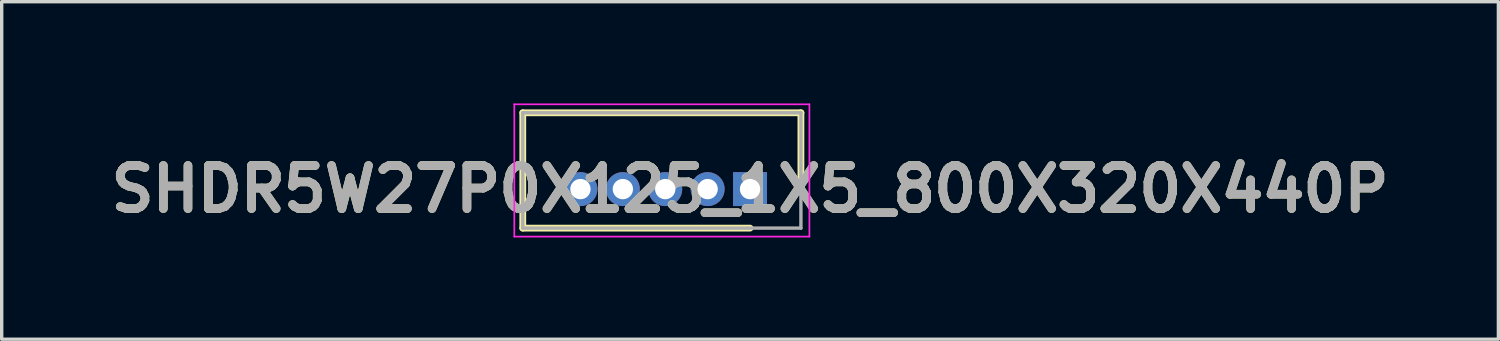
<source format=kicad_pcb>
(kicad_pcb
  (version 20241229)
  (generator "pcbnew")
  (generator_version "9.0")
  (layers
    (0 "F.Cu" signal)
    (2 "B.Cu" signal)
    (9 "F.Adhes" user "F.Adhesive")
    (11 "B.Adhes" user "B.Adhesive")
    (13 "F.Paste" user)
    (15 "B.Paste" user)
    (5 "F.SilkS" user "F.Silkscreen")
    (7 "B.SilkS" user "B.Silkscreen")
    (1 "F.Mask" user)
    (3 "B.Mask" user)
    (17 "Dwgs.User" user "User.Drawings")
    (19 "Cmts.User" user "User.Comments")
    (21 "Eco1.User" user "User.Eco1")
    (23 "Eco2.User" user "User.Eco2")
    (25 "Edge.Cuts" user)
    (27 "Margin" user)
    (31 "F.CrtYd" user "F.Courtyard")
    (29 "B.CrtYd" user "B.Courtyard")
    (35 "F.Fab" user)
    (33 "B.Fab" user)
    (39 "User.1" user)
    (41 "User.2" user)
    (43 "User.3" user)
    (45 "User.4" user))
  (footprint "SHDR5W27P0X125_1X5_800X320X440P"
    (layer "F.Cu")
    (at 19.062 2.525)
    (property "Reference" "SHDR5W27P0X125_1X5_800X320X440P" (at 0 0 0) (layer "F.SilkS") (effects (font (size 1.27 1.27) (thickness 0.254))))
    (attr through_hole)
    (fp_line (start -6.7 -2.25) (end 1.5 -2.25) (stroke (width 0.2) (type solid)) (layer "F.SilkS"))
    (fp_line (start -6.7 1.15) (end -6.7 -2.25) (stroke (width 0.2) (type solid)) (layer "F.SilkS"))
    (fp_line (start 0 1.15) (end -6.7 1.15) (stroke (width 0.2) (type solid)) (layer "F.SilkS"))
    (fp_line (start 1.5 -2.25) (end 1.5 0) (stroke (width 0.2) (type solid)) (layer "F.SilkS"))
    (fp_line (start -6.95 -2.5) (end 1.75 -2.5) (stroke (width 0.05) (type solid)) (layer "F.CrtYd"))
    (fp_line (start -6.95 1.4) (end -6.95 -2.5) (stroke (width 0.05) (type solid)) (layer "F.CrtYd"))
    (fp_line (start 1.75 -2.5) (end 1.75 1.4) (stroke (width 0.05) (type solid)) (layer "F.CrtYd"))
    (fp_line (start 1.75 1.4) (end -6.95 1.4) (stroke (width 0.05) (type solid)) (layer "F.CrtYd"))
    (fp_line (start -6.7 -2.25) (end 1.5 -2.25) (stroke (width 0.1) (type solid)) (layer "F.Fab"))
    (fp_line (start -6.7 1.15) (end -6.7 -2.25) (stroke (width 0.1) (type solid)) (layer "F.Fab"))
    (fp_line (start 1.5 -2.25) (end 1.5 1.15) (stroke (width 0.1) (type solid)) (layer "F.Fab"))
    (fp_line (start 1.5 1.15) (end -6.7 1.15) (stroke (width 0.1) (type solid)) (layer "F.Fab"))
    (fp_text user "${REFERENCE}" (at 0 0 0) (layer "F.Fab") (effects (font (size 1.27 1.27) (thickness 0.254))))
    (pad "1" thru_hole rect (at 0 0) (size 1 1) (drill 0.6) (layers "*.Cu" "*.Mask"))
    (pad "2" thru_hole circle (at -1.25 0) (size 1 1) (drill 0.6) (layers "*.Cu" "*.Mask"))
    (pad "3" thru_hole circle (at -2.5 0) (size 1 1) (drill 0.6) (layers "*.Cu" "*.Mask"))
    (pad "4" thru_hole circle (at -3.75 0) (size 1 1) (drill 0.6) (layers "*.Cu" "*.Mask"))
    (pad "5" thru_hole circle (at -5 0) (size 1 1) (drill 0.6) (layers "*.Cu" "*.Mask")))
  (gr_rect
    (start -3 -3)
    (end 41.124 6.95)
    (stroke (width 0.1) (type default))
    (fill no)
    (layer "Edge.Cuts")))
</source>
